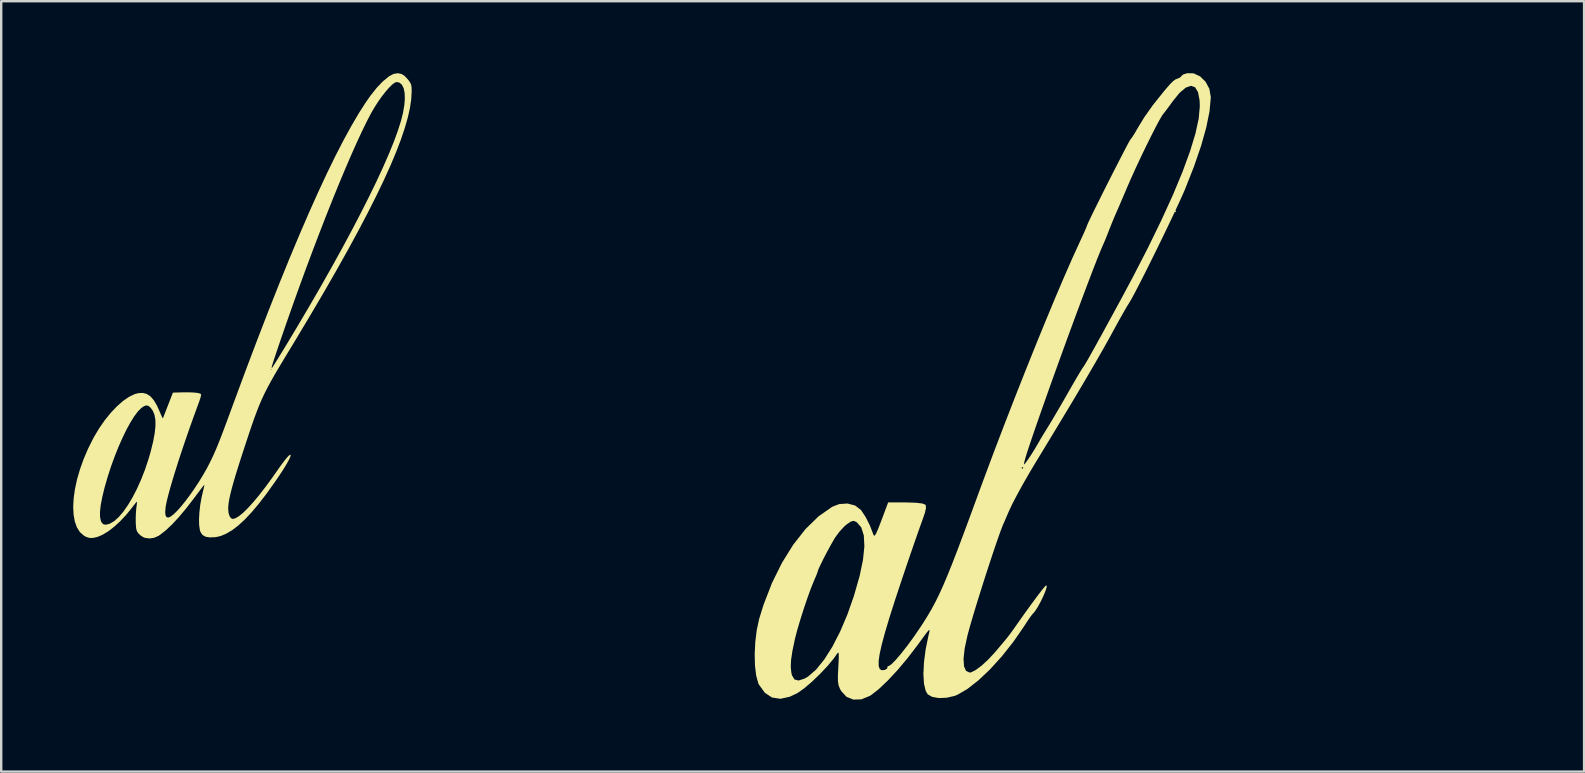
<source format=kicad_pcb>
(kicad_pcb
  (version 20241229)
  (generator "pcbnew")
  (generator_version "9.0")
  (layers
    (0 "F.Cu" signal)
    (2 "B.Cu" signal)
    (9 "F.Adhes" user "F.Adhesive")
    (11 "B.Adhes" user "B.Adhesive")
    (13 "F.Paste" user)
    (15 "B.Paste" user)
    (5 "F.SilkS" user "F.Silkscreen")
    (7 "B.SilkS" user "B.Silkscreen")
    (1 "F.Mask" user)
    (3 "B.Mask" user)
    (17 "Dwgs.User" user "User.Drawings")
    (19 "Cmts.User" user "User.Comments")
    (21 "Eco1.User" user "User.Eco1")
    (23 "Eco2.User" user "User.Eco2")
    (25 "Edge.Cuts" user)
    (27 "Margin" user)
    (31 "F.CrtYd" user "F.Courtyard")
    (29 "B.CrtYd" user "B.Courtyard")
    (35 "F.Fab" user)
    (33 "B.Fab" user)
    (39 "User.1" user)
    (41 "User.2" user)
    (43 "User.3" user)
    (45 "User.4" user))
  (footprint "al (2)"
    (layer "F.Cu")
    (at 50.199 12.008)
    (property "Reference" "al (2)" (at 6.096 -4.064 0) (layer "User.1") (effects (font (size 1.5 1.5) (thickness 0.3))))
    (attr board_only exclude_from_pos_files exclude_from_bom)
    (fp_poly (pts (xy -4.246 -6.255) (xy -4.284 -6.217) (xy -4.322 -6.255) (xy -4.284 -6.293)) (stroke (width 0) (type solid)) (fill yes) (layer "F.SilkS"))
    (fp_poly (pts (xy -3.941 -11.959) (xy -4.014 -11.903) (xy -4.015 -11.9) (xy -4.077 -11.83) (xy -4.166 -11.79) (xy -4.268 -11.75) (xy -4.365 -11.683) (xy -4.486 -11.564) (xy -4.658 -11.367) (xy -4.786 -11.214) (xy -5.219 -10.671) (xy -5.566 -10.181) (xy -5.833 -9.743) (xy -5.969 -9.509) (xy -6.082 -9.332) (xy -6.146 -9.249) (xy -6.147 -9.249) (xy -6.193 -9.175) (xy -6.295 -8.986) (xy -6.441 -8.706) (xy -6.622 -8.356) (xy -6.826 -7.958) (xy -7.041 -7.534) (xy -7.257 -7.106) (xy -7.462 -6.695) (xy -7.645 -6.325) (xy -7.796 -6.017) (xy -7.902 -5.792) (xy -7.954 -5.674) (xy -7.957 -5.662) (xy -7.988 -5.579) (xy -8.069 -5.392) (xy -8.186 -5.135) (xy -8.253 -4.99) (xy -8.553 -4.335) (xy -8.895 -3.557) (xy -9.272 -2.672) (xy -9.676 -1.701) (xy -10.101 -0.661) (xy -10.538 0.428) (xy -10.98 1.548) (xy -11.42 2.68) (xy -11.85 3.806) (xy -12.261 4.906) (xy -12.479 5.497) (xy -12.815 6.414) (xy -13.108 7.203) (xy -13.362 7.878) (xy -13.585 8.453) (xy -13.783 8.943) (xy -13.961 9.362) (xy -14.127 9.725) (xy -14.287 10.047) (xy -14.446 10.341) (xy -14.612 10.623) (xy -14.79 10.906) (xy -14.919 11.103) (xy -15.185 11.491) (xy -15.452 11.855) (xy -15.704 12.176) (xy -15.925 12.435) (xy -16.1 12.613) (xy -16.212 12.692) (xy -16.237 12.691) (xy -16.256 12.7) (xy -16.27 12.721) (xy -16.29 12.803) (xy -16.382 12.854) (xy -16.507 12.87) (xy -16.593 12.819) (xy -16.638 12.694) (xy -16.64 12.487) (xy -16.598 12.19) (xy -16.51 11.795) (xy -16.375 11.294) (xy -16.191 10.678) (xy -15.956 9.941) (xy -15.668 9.073) (xy -15.536 8.681) (xy -15.368 8.187) (xy -15.201 7.703) (xy -17.234 7.703) (xy -17.292 8.269) (xy -17.432 8.941) (xy -17.437 8.958) (xy -17.673 9.782) (xy -17.946 10.556) (xy -18.248 11.265) (xy -18.571 11.893) (xy -18.907 12.423) (xy -19.246 12.842) (xy -19.581 13.132) (xy -19.724 13.215) (xy -19.976 13.297) (xy -20.148 13.252) (xy -20.253 13.076) (xy -20.279 12.958) (xy -20.302 12.716) (xy -20.288 12.431) (xy -20.234 12.073) (xy -20.137 11.608) (xy -20.118 11.525) (xy -20.029 11.183) (xy -19.903 10.76) (xy -19.757 10.3) (xy -19.604 9.847) (xy -19.458 9.447) (xy -19.336 9.144) (xy -19.325 9.118) (xy -19.238 8.918) (xy -19.186 8.781) (xy -19.179 8.752) (xy -19.145 8.653) (xy -19.054 8.457) (xy -18.926 8.198) (xy -18.777 7.913) (xy -18.625 7.635) (xy -18.49 7.4) (xy -18.451 7.336) (xy -18.27 7.091) (xy -18.064 6.87) (xy -17.967 6.787) (xy -17.792 6.671) (xy -17.676 6.644) (xy -17.562 6.694) (xy -17.553 6.7) (xy -17.365 6.914) (xy -17.258 7.25) (xy -17.234 7.703) (xy -15.201 7.703) (xy -15.201 7.702) (xy -15.047 7.259) (xy -14.918 6.892) (xy -14.824 6.632) (xy -14.816 6.61) (xy -14.711 6.306) (xy -14.667 6.112) (xy -14.677 5.999) (xy -14.699 5.966) (xy -14.825 5.92) (xy -15.083 5.889) (xy -15.455 5.877) (xy -15.516 5.876) (xy -16.244 5.876) (xy -16.526 6.63) (xy -16.653 6.959) (xy -16.741 7.163) (xy -16.8 7.256) (xy -16.84 7.256) (xy -16.866 7.198) (xy -17.001 6.844) (xy -17.179 6.49) (xy -17.365 6.206) (xy -17.377 6.191) (xy -17.621 6.004) (xy -17.938 5.921) (xy -18.284 5.945) (xy -18.573 6.057) (xy -19.14 6.453) (xy -19.685 6.984) (xy -20.197 7.635) (xy -20.667 8.391) (xy -21.085 9.235) (xy -21.44 10.152) (xy -21.618 10.729) (xy -21.717 11.183) (xy -21.779 11.683) (xy -21.804 12.191) (xy -21.793 12.672) (xy -21.743 13.089) (xy -21.657 13.405) (xy -21.627 13.468) (xy -21.381 13.807) (xy -21.083 14.004) (xy -20.735 14.058) (xy -20.337 13.97) (xy -20.015 13.815) (xy -19.746 13.625) (xy -19.423 13.35) (xy -19.085 13.025) (xy -18.766 12.687) (xy -18.505 12.372) (xy -18.367 12.172) (xy -18.326 12.126) (xy -18.304 12.171) (xy -18.3 12.326) (xy -18.312 12.608) (xy -18.32 12.738) (xy -18.337 13.086) (xy -18.336 13.324) (xy -18.31 13.493) (xy -18.255 13.635) (xy -18.201 13.733) (xy -17.98 13.975) (xy -17.691 14.091) (xy -17.36 14.081) (xy -17.011 13.939) (xy -16.958 13.906) (xy -16.639 13.658) (xy -16.264 13.303) (xy -15.855 12.864) (xy -15.434 12.363) (xy -15.022 11.825) (xy -15.007 11.806) (xy -14.783 11.497) (xy -14.635 11.299) (xy -14.552 11.201) (xy -14.519 11.19) (xy -14.525 11.256) (xy -14.555 11.387) (xy -14.561 11.411) (xy -14.68 11.991) (xy -14.751 12.536) (xy -14.775 13.023) (xy -14.751 13.428) (xy -14.678 13.73) (xy -14.597 13.87) (xy -14.409 13.978) (xy -14.129 14.027) (xy -13.803 14.013) (xy -13.477 13.938) (xy -13.365 13.894) (xy -12.948 13.653) (xy -12.487 13.293) (xy -12.002 12.835) (xy -11.513 12.297) (xy -11.039 11.7) (xy -10.598 11.064) (xy -10.577 11.031) (xy -10.427 10.801) (xy -10.306 10.626) (xy -10.239 10.541) (xy -10.237 10.539) (xy -10.135 10.424) (xy -10.011 10.233) (xy -9.883 9.999) (xy -9.767 9.756) (xy -9.679 9.54) (xy -9.636 9.385) (xy -9.655 9.326) (xy -9.655 9.326) (xy -9.719 9.386) (xy -9.857 9.555) (xy -10.057 9.817) (xy -10.307 10.156) (xy -10.596 10.557) (xy -10.876 10.954) (xy -11.03 11.172) (xy -11.153 11.342) (xy -11.275 11.5) (xy -11.421 11.679) (xy -11.621 11.917) (xy -11.786 12.112) (xy -12.069 12.418) (xy -12.348 12.675) (xy -12.599 12.862) (xy -12.794 12.958) (xy -12.846 12.965) (xy -12.997 12.898) (xy -13.083 12.703) (xy -13.102 12.386) (xy -13.055 11.958) (xy -12.94 11.425) (xy -12.926 11.37) (xy -12.83 11.02) (xy -12.701 10.58) (xy -12.548 10.076) (xy -12.378 9.532) (xy -12.201 8.974) (xy -12.023 8.427) (xy -11.854 7.915) (xy -11.7 7.465) (xy -11.571 7.1) (xy -11.474 6.846) (xy -11.448 6.786) (xy -11.379 6.63) (xy -11.28 6.399) (xy -11.219 6.256) (xy -11.075 5.948) (xy -10.865 5.545) (xy -10.607 5.077) (xy -10.319 4.577) (xy -10.234 4.436) (xy -10.611 4.436) (xy -10.649 4.473) (xy -10.687 4.436) (xy -10.649 4.398) (xy -10.611 4.436) (xy -10.234 4.436) (xy -10.095 4.204) (xy -9.467 3.17) (xy -8.913 2.253) (xy -8.425 1.44) (xy -7.998 0.718) (xy -7.623 0.075) (xy -7.293 -0.5) (xy -7.002 -1.02) (xy -6.814 -1.365) (xy -6.624 -1.711) (xy -6.447 -2.025) (xy -6.304 -2.274) (xy -6.211 -2.424) (xy -6.206 -2.432) (xy -6.113 -2.586) (xy -5.967 -2.857) (xy -5.777 -3.222) (xy -5.554 -3.66) (xy -5.309 -4.15) (xy -5.052 -4.671) (xy -4.793 -5.201) (xy -4.544 -5.719) (xy -4.314 -6.204) (xy -4.114 -6.634) (xy -3.954 -6.988) (xy -3.878 -7.165) (xy -3.504 -8.111) (xy -3.207 -8.975) (xy -2.989 -9.748) (xy -2.853 -10.418) (xy -2.834 -10.629) (xy -3.258 -10.629) (xy -3.304 -10.118) (xy -3.441 -9.49) (xy -3.667 -8.748) (xy -3.979 -7.897) (xy -4.377 -6.94) (xy -4.86 -5.881) (xy -5.424 -4.723) (xy -6.07 -3.47) (xy -6.528 -2.616) (xy -6.959 -1.824) (xy -7.319 -1.164) (xy -7.612 -0.634) (xy -7.836 -0.232) (xy -7.994 0.043) (xy -8.086 0.195) (xy -8.11 0.227) (xy -8.162 0.303) (xy -8.275 0.488) (xy -8.434 0.757) (xy -8.625 1.088) (xy -8.74 1.289) (xy -8.966 1.684) (xy -9.19 2.069) (xy -9.39 2.408) (xy -9.544 2.664) (xy -9.585 2.73) (xy -9.746 2.99) (xy -9.893 3.234) (xy -9.973 3.374) (xy -10.115 3.618) (xy -10.268 3.864) (xy -10.411 4.081) (xy -10.523 4.236) (xy -10.583 4.297) (xy -10.587 4.296) (xy -10.577 4.217) (xy -10.528 4.031) (xy -10.449 3.775) (xy -10.427 3.708) (xy -10.25 3.18) (xy -10.04 2.57) (xy -9.804 1.896) (xy -9.549 1.174) (xy -9.279 0.422) (xy -9.002 -0.344) (xy -8.725 -1.105) (xy -8.452 -1.845) (xy -8.191 -2.547) (xy -7.948 -3.192) (xy -7.73 -3.765) (xy -7.542 -4.248) (xy -7.39 -4.624) (xy -7.282 -4.875) (xy -7.275 -4.89) (xy -7.208 -5.045) (xy -7.113 -5.279) (xy -7.046 -5.453) (xy -6.928 -5.749) (xy -6.806 -6.044) (xy -6.75 -6.173) (xy -6.661 -6.375) (xy -6.534 -6.671) (xy -6.387 -7.014) (xy -6.291 -7.241) (xy -6.121 -7.631) (xy -5.923 -8.067) (xy -5.71 -8.523) (xy -5.492 -8.975) (xy -5.282 -9.399) (xy -5.093 -9.769) (xy -4.937 -10.061) (xy -4.825 -10.25) (xy -4.793 -10.295) (xy -4.675 -10.445) (xy -4.513 -10.663) (xy -4.394 -10.829) (xy -4.102 -11.189) (xy -3.845 -11.407) (xy -3.626 -11.483) (xy -3.453 -11.42) (xy -3.332 -11.217) (xy -3.267 -10.877) (xy -3.258 -10.629) (xy -2.834 -10.629) (xy -2.802 -10.977) (xy -2.802 -11.02) (xy -2.86 -11.357) (xy -3.017 -11.651) (xy -3.246 -11.876) (xy -3.517 -12.002) (xy -3.777 -12.008)) (stroke (width 0) (type solid)) (fill yes) (layer "F.SilkS")))
  (footprint "al (1)"
    (layer "F.Cu")
    (at 8.021 9.643)
    (property "Reference" "al (1)" (at 13.716 -6.604 0) (layer "User.1") (effects (font (size 1.5 1.5) (thickness 0.3))))
    (attr board_only exclude_from_pos_files exclude_from_bom)
    (fp_poly (pts (xy 5.664 -9.608) (xy 5.77 -9.543) (xy 5.867 -9.448) (xy 5.962 -9.335) (xy 5.985 -9.303) (xy 6.034 -9.223) (xy 6.063 -9.148) (xy 6.077 -9.053) (xy 6.081 -8.916) (xy 6.081 -8.879) (xy 6.063 -8.559) (xy 6.011 -8.2) (xy 5.922 -7.803) (xy 5.797 -7.366) (xy 5.636 -6.887) (xy 5.437 -6.367) (xy 5.201 -5.803) (xy 4.926 -5.195) (xy 4.612 -4.541) (xy 4.259 -3.841) (xy 3.867 -3.093) (xy 3.434 -2.297) (xy 2.96 -1.451) (xy 2.445 -0.554) (xy 1.887 0.394) (xy 1.288 1.396) (xy 1.001 1.87) (xy 0.758 2.27) (xy 0.548 2.621) (xy 0.366 2.93) (xy 0.208 3.209) (xy 0.07 3.466) (xy -0.054 3.71) (xy -0.166 3.951) (xy -0.272 4.198) (xy -0.375 4.46) (xy -0.481 4.746) (xy -0.593 5.066) (xy -0.715 5.429) (xy -0.852 5.844) (xy -0.862 5.872) (xy -1.017 6.348) (xy -1.149 6.763) (xy -1.261 7.124) (xy -1.352 7.435) (xy -1.425 7.702) (xy -1.481 7.93) (xy -1.522 8.124) (xy -1.548 8.289) (xy -1.561 8.431) (xy -1.563 8.508) (xy -1.549 8.671) (xy -1.51 8.804) (xy -1.451 8.895) (xy -1.379 8.93) (xy -1.375 8.93) (xy -1.258 8.9) (xy -1.111 8.811) (xy -0.934 8.666) (xy -0.732 8.466) (xy -0.506 8.216) (xy -0.257 7.916) (xy 0.011 7.569) (xy 0.296 7.179) (xy 0.493 6.897) (xy 0.651 6.674) (xy 0.786 6.494) (xy 0.895 6.362) (xy 0.976 6.28) (xy 1.025 6.25) (xy 1.041 6.273) (xy 1.021 6.35) (xy 0.961 6.478) (xy 0.864 6.651) (xy 0.733 6.865) (xy 0.569 7.116) (xy 0.381 7.392) (xy 0.036 7.875) (xy -0.287 8.294) (xy -0.59 8.654) (xy -0.875 8.957) (xy -1.145 9.204) (xy -1.402 9.4) (xy -1.649 9.545) (xy -1.65 9.546) (xy -1.871 9.639) (xy -2.081 9.687) (xy -2.316 9.698) (xy -2.321 9.698) (xy -2.5 9.672) (xy -2.631 9.599) (xy -2.715 9.477) (xy -2.742 9.397) (xy -2.772 9.199) (xy -2.779 8.95) (xy -2.764 8.663) (xy -2.729 8.353) (xy -2.673 8.034) (xy -2.609 7.757) (xy -2.579 7.637) (xy -2.561 7.548) (xy -2.556 7.506) (xy -2.557 7.505) (xy -2.581 7.532) (xy -2.64 7.606) (xy -2.727 7.718) (xy -2.835 7.861) (xy -2.957 8.025) (xy -2.965 8.035) (xy -3.301 8.472) (xy -3.612 8.845) (xy -3.9 9.156) (xy -4.165 9.406) (xy -4.409 9.595) (xy -4.465 9.633) (xy -4.647 9.714) (xy -4.844 9.742) (xy -5.034 9.716) (xy -5.09 9.695) (xy -5.203 9.626) (xy -5.302 9.534) (xy -5.316 9.516) (xy -5.358 9.451) (xy -5.386 9.381) (xy -5.402 9.286) (xy -5.412 9.149) (xy -5.415 9.069) (xy -5.416 8.884) (xy -5.409 8.688) (xy -5.395 8.515) (xy -5.391 8.479) (xy -5.375 8.354) (xy -5.365 8.259) (xy -5.364 8.211) (xy -5.365 8.209) (xy -5.389 8.23) (xy -5.445 8.296) (xy -5.523 8.395) (xy -5.579 8.469) (xy -5.813 8.758) (xy -6.061 9.022) (xy -6.314 9.254) (xy -6.563 9.446) (xy -6.8 9.59) (xy -7.007 9.677) (xy -7.191 9.72) (xy -7.341 9.721) (xy -7.479 9.678) (xy -7.582 9.62) (xy -7.743 9.477) (xy -7.867 9.28) (xy -7.954 9.036) (xy -8.005 8.749) (xy -8.011 8.632) (xy -6.905 8.632) (xy -6.903 8.844) (xy -6.87 9.005) (xy -6.831 9.086) (xy -6.76 9.153) (xy -6.662 9.17) (xy -6.527 9.137) (xy -6.48 9.119) (xy -6.304 9.014) (xy -6.12 8.847) (xy -5.931 8.625) (xy -5.74 8.352) (xy -5.552 8.036) (xy -5.369 7.683) (xy -5.196 7.299) (xy -5.035 6.889) (xy -4.891 6.461) (xy -4.793 6.123) (xy -4.692 5.715) (xy -4.626 5.362) (xy -4.594 5.061) (xy -4.596 4.807) (xy -4.633 4.595) (xy -4.704 4.421) (xy -4.801 4.288) (xy -4.891 4.215) (xy -4.979 4.197) (xy -5.08 4.235) (xy -5.192 4.315) (xy -5.332 4.458) (xy -5.483 4.661) (xy -5.642 4.917) (xy -5.807 5.219) (xy -5.972 5.56) (xy -6.136 5.931) (xy -6.294 6.327) (xy -6.444 6.739) (xy -6.581 7.161) (xy -6.703 7.584) (xy -6.724 7.662) (xy -6.815 8.043) (xy -6.876 8.366) (xy -6.905 8.632) (xy -8.011 8.632) (xy -8.021 8.425) (xy -8.002 8.07) (xy -7.949 7.689) (xy -7.862 7.286) (xy -7.741 6.868) (xy -7.589 6.44) (xy -7.404 6.007) (xy -7.187 5.574) (xy -7.151 5.507) (xy -6.934 5.144) (xy -6.699 4.807) (xy -6.453 4.504) (xy -6.201 4.239) (xy -5.95 4.018) (xy -5.705 3.848) (xy -5.471 3.733) (xy -5.314 3.689) (xy -5.126 3.678) (xy -4.958 3.721) (xy -4.806 3.819) (xy -4.666 3.978) (xy -4.534 4.2) (xy -4.425 4.441) (xy -4.369 4.574) (xy -4.323 4.674) (xy -4.292 4.73) (xy -4.282 4.737) (xy -4.266 4.696) (xy -4.23 4.602) (xy -4.178 4.467) (xy -4.114 4.302) (xy -4.069 4.187) (xy -3.867 3.666) (xy -3.488 3.655) (xy -3.225 3.653) (xy -3.006 3.661) (xy -2.838 3.679) (xy -2.73 3.707) (xy -2.712 3.717) (xy -2.696 3.739) (xy -2.696 3.783) (xy -2.713 3.859) (xy -2.75 3.976) (xy -2.809 4.144) (xy -2.847 4.245) (xy -3.018 4.713) (xy -3.185 5.181) (xy -3.345 5.644) (xy -3.498 6.096) (xy -3.64 6.529) (xy -3.769 6.938) (xy -3.885 7.316) (xy -3.984 7.656) (xy -4.065 7.954) (xy -4.126 8.201) (xy -4.164 8.392) (xy -4.171 8.444) (xy -4.188 8.639) (xy -4.176 8.773) (xy -4.137 8.849) (xy -4.069 8.871) (xy -4.045 8.868) (xy -3.948 8.823) (xy -3.823 8.724) (xy -3.675 8.577) (xy -3.51 8.39) (xy -3.333 8.17) (xy -3.149 7.922) (xy -2.962 7.655) (xy -2.779 7.376) (xy -2.605 7.09) (xy -2.443 6.805) (xy -2.311 6.55) (xy -2.244 6.411) (xy -2.181 6.276) (xy -2.119 6.138) (xy -2.056 5.991) (xy -1.988 5.827) (xy -1.913 5.639) (xy -1.829 5.421) (xy -1.732 5.165) (xy -1.62 4.865) (xy -1.49 4.513) (xy -1.339 4.103) (xy -1.338 4.1) (xy -0.844 2.767) (xy -0.816 2.693) (xy 0.208 2.693) (xy 0.226 2.71) (xy 0.243 2.693) (xy 0.226 2.676) (xy 0.208 2.693) (xy -0.816 2.693) (xy -0.793 2.632) (xy 0.248 2.632) (xy 0.255 2.64) (xy 0.258 2.641) (xy 0.279 2.612) (xy 0.331 2.532) (xy 0.41 2.407) (xy 0.511 2.246) (xy 0.628 2.055) (xy 0.758 1.842) (xy 0.775 1.816) (xy 1.305 0.935) (xy 1.813 0.075) (xy 2.297 -0.762) (xy 2.756 -1.573) (xy 3.188 -2.355) (xy 3.591 -3.105) (xy 3.965 -3.822) (xy 4.308 -4.501) (xy 4.618 -5.14) (xy 4.895 -5.738) (xy 5.136 -6.29) (xy 5.341 -6.794) (xy 5.507 -7.247) (xy 5.634 -7.648) (xy 5.639 -7.662) (xy 5.723 -8.004) (xy 5.776 -8.315) (xy 5.797 -8.59) (xy 5.787 -8.827) (xy 5.747 -9.018) (xy 5.676 -9.16) (xy 5.577 -9.248) (xy 5.456 -9.277) (xy 5.376 -9.248) (xy 5.268 -9.167) (xy 5.139 -9.04) (xy 4.996 -8.876) (xy 4.844 -8.682) (xy 4.691 -8.466) (xy 4.542 -8.236) (xy 4.403 -8) (xy 4.388 -7.971) (xy 4.207 -7.624) (xy 4.007 -7.214) (xy 3.791 -6.747) (xy 3.56 -6.229) (xy 3.316 -5.662) (xy 3.061 -5.053) (xy 2.797 -4.406) (xy 2.526 -3.726) (xy 2.25 -3.016) (xy 1.97 -2.283) (xy 1.689 -1.531) (xy 1.408 -0.765) (xy 1.129 0.011) (xy 0.854 0.792) (xy 0.585 1.573) (xy 0.465 1.927) (xy 0.386 2.163) (xy 0.327 2.34) (xy 0.287 2.468) (xy 0.261 2.554) (xy 0.249 2.606) (xy 0.248 2.632) (xy -0.793 2.632) (xy -0.365 1.502) (xy 0.098 0.304) (xy 0.545 -0.826) (xy 0.977 -1.889) (xy 1.393 -2.884) (xy 1.794 -3.812) (xy 2.179 -4.672) (xy 2.548 -5.464) (xy 2.902 -6.19) (xy 3.241 -6.848) (xy 3.564 -7.438) (xy 3.871 -7.962) (xy 4.163 -8.418) (xy 4.363 -8.704) (xy 4.622 -9.031) (xy 4.875 -9.297) (xy 5.129 -9.506) (xy 5.148 -9.519) (xy 5.328 -9.613) (xy 5.502 -9.643)) (stroke (width 0) (type solid)) (fill yes) (layer "F.SilkS")))
  (gr_rect
    (start -3 -3)
    (end 62.952 29.1)
    (stroke (width 0.1) (type default))
    (fill no)
    (layer "Edge.Cuts")))
</source>
